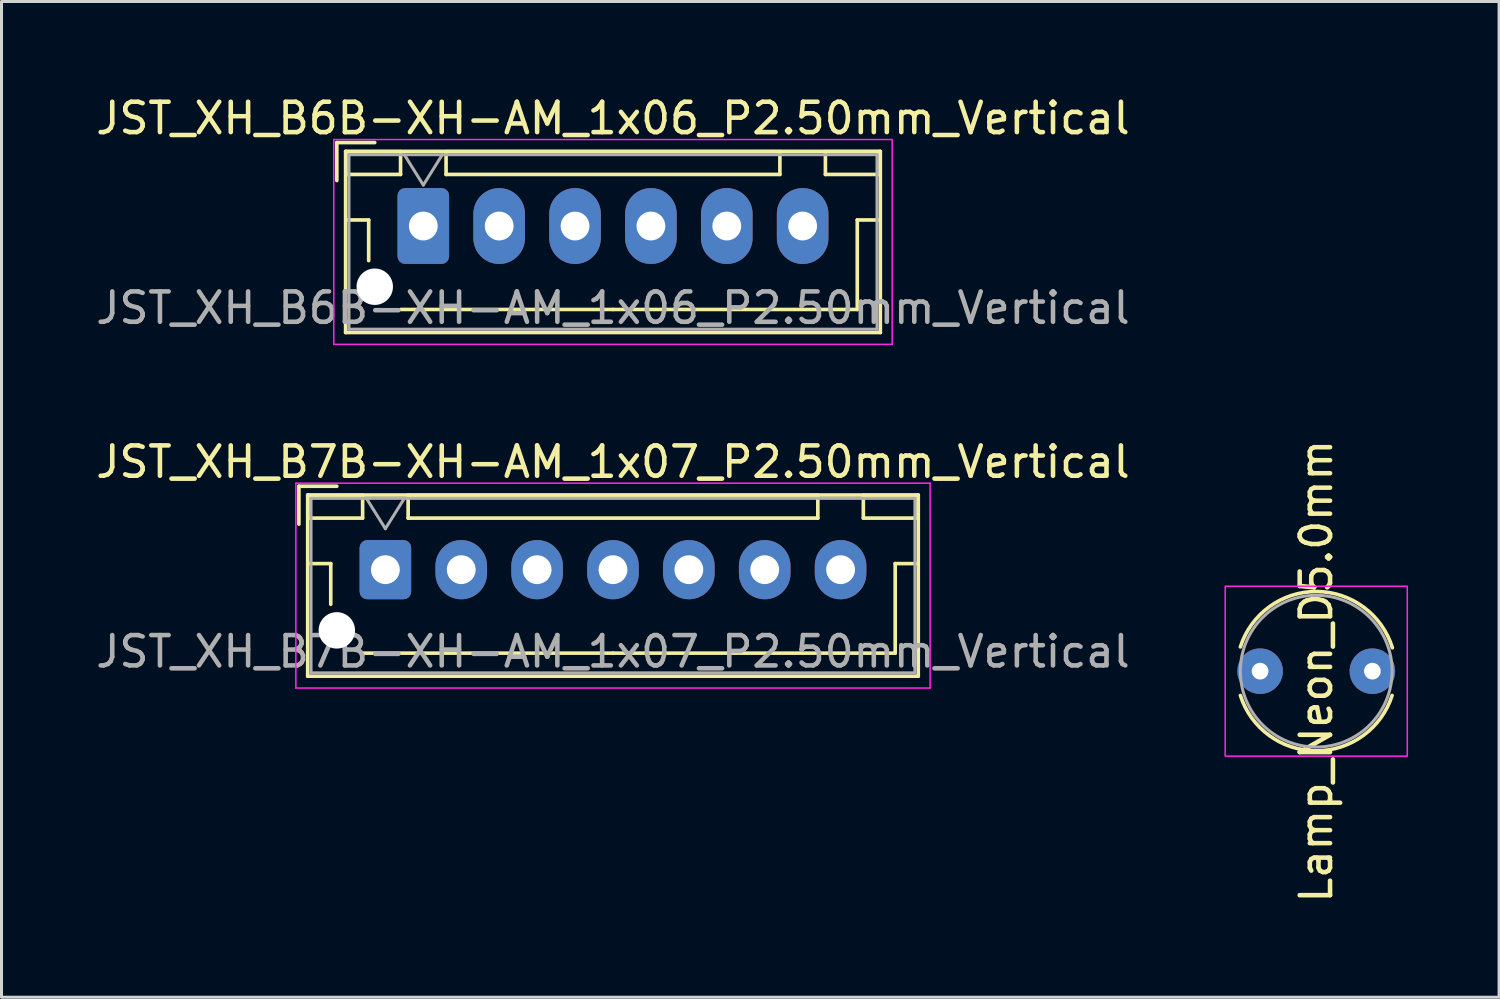
<source format=kicad_pcb>
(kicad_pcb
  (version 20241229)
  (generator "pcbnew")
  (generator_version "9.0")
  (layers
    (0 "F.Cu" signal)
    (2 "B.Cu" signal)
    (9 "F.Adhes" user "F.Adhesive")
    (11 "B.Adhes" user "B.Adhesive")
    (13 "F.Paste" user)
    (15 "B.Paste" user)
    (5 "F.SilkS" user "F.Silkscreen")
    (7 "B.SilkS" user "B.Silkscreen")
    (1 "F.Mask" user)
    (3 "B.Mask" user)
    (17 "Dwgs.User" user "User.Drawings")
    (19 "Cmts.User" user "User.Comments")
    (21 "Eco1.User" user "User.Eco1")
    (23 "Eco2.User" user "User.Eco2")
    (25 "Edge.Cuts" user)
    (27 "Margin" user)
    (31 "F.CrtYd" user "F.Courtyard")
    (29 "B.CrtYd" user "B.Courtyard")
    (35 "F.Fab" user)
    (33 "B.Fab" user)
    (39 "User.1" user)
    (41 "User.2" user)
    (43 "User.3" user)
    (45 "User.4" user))
  (footprint "Lamp_Neon_D5.0mm"
    (layer "F.Cu")
    (at 38.473 19.067)
    (property "Reference" "Lamp_Neon_D5.0mm" (at 1.85 0 90) (layer "F.SilkS") (effects (font (size 1 1) (thickness 0.15))))
    (attr through_hole)
    (fp_arc (start -0.649999 -0.8) (mid 1.864705 -2.624839) (end 4.358805 -0.77194) (stroke (width 0.12) (type solid)) (layer "F.SilkS"))
    (fp_arc (start 4.349999 0.8) (mid 1.85 2.62488) (end -0.649999 0.8) (stroke (width 0.12) (type solid)) (layer "F.SilkS"))
    (fp_rect (start -1.15 -2.8) (end 4.85 2.8) (stroke (width 0.05) (type solid)) (fill no) (layer "F.CrtYd"))
    (fp_circle (center 1.85 0) (end 4.35 0) (stroke (width 0.1) (type solid)) (fill no) (layer "F.Fab"))
    (pad "1" thru_hole circle (at 0 0) (size 1.5 1.5) (drill 0.55) (layers "*.Cu" "*.Mask"))
    (pad "2" thru_hole circle (at 3.7 0) (size 1.5 1.5) (drill 0.55) (layers "*.Cu" "*.Mask")))
  (footprint "JST_XH_B7B-XH-AM_1x07_P2.50mm_Vertical"
    (layer "F.Cu")
    (at 9.649 15.722)
    (property "Reference" "JST_XH_B7B-XH-AM_1x07_P2.50mm_Vertical" (at 7.5 -3.55 0) (layer "F.SilkS") (effects (font (size 1 1) (thickness 0.15))))
    (attr through_hole)
    (fp_line (start -2.85 -2.75) (end -2.85 -1.5) (stroke (width 0.12) (type solid)) (layer "F.SilkS"))
    (fp_line (start -2.56 -2.46) (end -2.56 3.51) (stroke (width 0.12) (type solid)) (layer "F.SilkS"))
    (fp_line (start -2.56 3.51) (end 17.56 3.51) (stroke (width 0.12) (type solid)) (layer "F.SilkS"))
    (fp_line (start -2.55 -2.45) (end -2.55 -1.7) (stroke (width 0.12) (type solid)) (layer "F.SilkS"))
    (fp_line (start -2.55 -1.7) (end -0.75 -1.7) (stroke (width 0.12) (type solid)) (layer "F.SilkS"))
    (fp_line (start -2.55 -0.2) (end -1.8 -0.2) (stroke (width 0.12) (type solid)) (layer "F.SilkS"))
    (fp_line (start -1.8 -0.2) (end -1.8 1.14) (stroke (width 0.12) (type solid)) (layer "F.SilkS"))
    (fp_line (start -1.6 -2.75) (end -2.85 -2.75) (stroke (width 0.12) (type solid)) (layer "F.SilkS"))
    (fp_line (start -0.75 -2.45) (end -2.55 -2.45) (stroke (width 0.12) (type solid)) (layer "F.SilkS"))
    (fp_line (start -0.75 -1.7) (end -0.75 -2.45) (stroke (width 0.12) (type solid)) (layer "F.SilkS"))
    (fp_line (start 0.75 -2.45) (end 0.75 -1.7) (stroke (width 0.12) (type solid)) (layer "F.SilkS"))
    (fp_line (start 0.75 -1.7) (end 14.25 -1.7) (stroke (width 0.12) (type solid)) (layer "F.SilkS"))
    (fp_line (start 7.5 2.75) (end -0.74 2.75) (stroke (width 0.12) (type solid)) (layer "F.SilkS"))
    (fp_line (start 14.25 -2.45) (end 0.75 -2.45) (stroke (width 0.12) (type solid)) (layer "F.SilkS"))
    (fp_line (start 14.25 -1.7) (end 14.25 -2.45) (stroke (width 0.12) (type solid)) (layer "F.SilkS"))
    (fp_line (start 15.75 -2.45) (end 15.75 -1.7) (stroke (width 0.12) (type solid)) (layer "F.SilkS"))
    (fp_line (start 15.75 -1.7) (end 17.55 -1.7) (stroke (width 0.12) (type solid)) (layer "F.SilkS"))
    (fp_line (start 16.8 -0.2) (end 16.8 2.75) (stroke (width 0.12) (type solid)) (layer "F.SilkS"))
    (fp_line (start 16.8 2.75) (end 7.5 2.75) (stroke (width 0.12) (type solid)) (layer "F.SilkS"))
    (fp_line (start 17.55 -2.45) (end 15.75 -2.45) (stroke (width 0.12) (type solid)) (layer "F.SilkS"))
    (fp_line (start 17.55 -1.7) (end 17.55 -2.45) (stroke (width 0.12) (type solid)) (layer "F.SilkS"))
    (fp_line (start 17.55 -0.2) (end 16.8 -0.2) (stroke (width 0.12) (type solid)) (layer "F.SilkS"))
    (fp_line (start 17.56 -2.46) (end -2.56 -2.46) (stroke (width 0.12) (type solid)) (layer "F.SilkS"))
    (fp_line (start 17.56 3.51) (end 17.56 -2.46) (stroke (width 0.12) (type solid)) (layer "F.SilkS"))
    (fp_line (start -2.95 -2.85) (end -2.95 3.9) (stroke (width 0.05) (type solid)) (layer "F.CrtYd"))
    (fp_line (start -2.95 3.9) (end 17.95 3.9) (stroke (width 0.05) (type solid)) (layer "F.CrtYd"))
    (fp_line (start 17.95 -2.85) (end -2.95 -2.85) (stroke (width 0.05) (type solid)) (layer "F.CrtYd"))
    (fp_line (start 17.95 3.9) (end 17.95 -2.85) (stroke (width 0.05) (type solid)) (layer "F.CrtYd"))
    (fp_line (start -2.45 -2.35) (end -2.45 3.4) (stroke (width 0.1) (type solid)) (layer "F.Fab"))
    (fp_line (start -2.45 3.4) (end 17.45 3.4) (stroke (width 0.1) (type solid)) (layer "F.Fab"))
    (fp_line (start -0.625 -2.35) (end 0 -1.35) (stroke (width 0.1) (type solid)) (layer "F.Fab"))
    (fp_line (start 0 -1.35) (end 0.625 -2.35) (stroke (width 0.1) (type solid)) (layer "F.Fab"))
    (fp_line (start 17.45 -2.35) (end -2.45 -2.35) (stroke (width 0.1) (type solid)) (layer "F.Fab"))
    (fp_line (start 17.45 3.4) (end 17.45 -2.35) (stroke (width 0.1) (type solid)) (layer "F.Fab"))
    (fp_text user "${REFERENCE}" (at 7.5 2.7 0) (layer "F.Fab") (effects (font (size 1 1) (thickness 0.15))))
    (pad "" np_thru_hole circle (at -1.6 2) (size 1.2 1.2) (drill 1.2) (layers "*.Cu" "*.Mask"))
    (pad "1" thru_hole roundrect (at 0 0) (size 1.7 1.95) (drill 0.95) (layers "*.Cu" "*.Mask") (roundrect_rratio 0.147))
    (pad "2" thru_hole oval (at 2.5 0) (size 1.7 1.95) (drill 0.95) (layers "*.Cu" "*.Mask"))
    (pad "3" thru_hole oval (at 5 0) (size 1.7 1.95) (drill 0.95) (layers "*.Cu" "*.Mask"))
    (pad "4" thru_hole oval (at 7.5 0) (size 1.7 1.95) (drill 0.95) (layers "*.Cu" "*.Mask"))
    (pad "5" thru_hole oval (at 10 0) (size 1.7 1.95) (drill 0.95) (layers "*.Cu" "*.Mask"))
    (pad "6" thru_hole oval (at 12.5 0) (size 1.7 1.95) (drill 0.95) (layers "*.Cu" "*.Mask"))
    (pad "7" thru_hole oval (at 15 0) (size 1.7 1.95) (drill 0.95) (layers "*.Cu" "*.Mask")))
  (footprint "JST_XH_B6B-XH-AM_1x06_P2.50mm_Vertical"
    (layer "F.Cu")
    (at 10.899 4.398)
    (property "Reference" "JST_XH_B6B-XH-AM_1x06_P2.50mm_Vertical" (at 6.25 -3.55 0) (layer "F.SilkS") (effects (font (size 1 1) (thickness 0.15))))
    (attr through_hole)
    (fp_line (start -2.85 -2.75) (end -2.85 -1.5) (stroke (width 0.12) (type solid)) (layer "F.SilkS"))
    (fp_line (start -2.56 -2.46) (end -2.56 3.51) (stroke (width 0.12) (type solid)) (layer "F.SilkS"))
    (fp_line (start -2.56 3.51) (end 15.06 3.51) (stroke (width 0.12) (type solid)) (layer "F.SilkS"))
    (fp_line (start -2.55 -2.45) (end -2.55 -1.7) (stroke (width 0.12) (type solid)) (layer "F.SilkS"))
    (fp_line (start -2.55 -1.7) (end -0.75 -1.7) (stroke (width 0.12) (type solid)) (layer "F.SilkS"))
    (fp_line (start -2.55 -0.2) (end -1.8 -0.2) (stroke (width 0.12) (type solid)) (layer "F.SilkS"))
    (fp_line (start -1.8 -0.2) (end -1.8 1.14) (stroke (width 0.12) (type solid)) (layer "F.SilkS"))
    (fp_line (start -1.6 -2.75) (end -2.85 -2.75) (stroke (width 0.12) (type solid)) (layer "F.SilkS"))
    (fp_line (start -0.75 -2.45) (end -2.55 -2.45) (stroke (width 0.12) (type solid)) (layer "F.SilkS"))
    (fp_line (start -0.75 -1.7) (end -0.75 -2.45) (stroke (width 0.12) (type solid)) (layer "F.SilkS"))
    (fp_line (start 0.75 -2.45) (end 0.75 -1.7) (stroke (width 0.12) (type solid)) (layer "F.SilkS"))
    (fp_line (start 0.75 -1.7) (end 11.75 -1.7) (stroke (width 0.12) (type solid)) (layer "F.SilkS"))
    (fp_line (start 6.25 2.75) (end -0.74 2.75) (stroke (width 0.12) (type solid)) (layer "F.SilkS"))
    (fp_line (start 11.75 -2.45) (end 0.75 -2.45) (stroke (width 0.12) (type solid)) (layer "F.SilkS"))
    (fp_line (start 11.75 -1.7) (end 11.75 -2.45) (stroke (width 0.12) (type solid)) (layer "F.SilkS"))
    (fp_line (start 13.25 -2.45) (end 13.25 -1.7) (stroke (width 0.12) (type solid)) (layer "F.SilkS"))
    (fp_line (start 13.25 -1.7) (end 15.05 -1.7) (stroke (width 0.12) (type solid)) (layer "F.SilkS"))
    (fp_line (start 14.3 -0.2) (end 14.3 2.75) (stroke (width 0.12) (type solid)) (layer "F.SilkS"))
    (fp_line (start 14.3 2.75) (end 6.25 2.75) (stroke (width 0.12) (type solid)) (layer "F.SilkS"))
    (fp_line (start 15.05 -2.45) (end 13.25 -2.45) (stroke (width 0.12) (type solid)) (layer "F.SilkS"))
    (fp_line (start 15.05 -1.7) (end 15.05 -2.45) (stroke (width 0.12) (type solid)) (layer "F.SilkS"))
    (fp_line (start 15.05 -0.2) (end 14.3 -0.2) (stroke (width 0.12) (type solid)) (layer "F.SilkS"))
    (fp_line (start 15.06 -2.46) (end -2.56 -2.46) (stroke (width 0.12) (type solid)) (layer "F.SilkS"))
    (fp_line (start 15.06 3.51) (end 15.06 -2.46) (stroke (width 0.12) (type solid)) (layer "F.SilkS"))
    (fp_line (start -2.95 -2.85) (end -2.95 3.9) (stroke (width 0.05) (type solid)) (layer "F.CrtYd"))
    (fp_line (start -2.95 3.9) (end 15.45 3.9) (stroke (width 0.05) (type solid)) (layer "F.CrtYd"))
    (fp_line (start 15.45 -2.85) (end -2.95 -2.85) (stroke (width 0.05) (type solid)) (layer "F.CrtYd"))
    (fp_line (start 15.45 3.9) (end 15.45 -2.85) (stroke (width 0.05) (type solid)) (layer "F.CrtYd"))
    (fp_line (start -2.45 -2.35) (end -2.45 3.4) (stroke (width 0.1) (type solid)) (layer "F.Fab"))
    (fp_line (start -2.45 3.4) (end 14.95 3.4) (stroke (width 0.1) (type solid)) (layer "F.Fab"))
    (fp_line (start -0.625 -2.35) (end 0 -1.35) (stroke (width 0.1) (type solid)) (layer "F.Fab"))
    (fp_line (start 0 -1.35) (end 0.625 -2.35) (stroke (width 0.1) (type solid)) (layer "F.Fab"))
    (fp_line (start 14.95 -2.35) (end -2.45 -2.35) (stroke (width 0.1) (type solid)) (layer "F.Fab"))
    (fp_line (start 14.95 3.4) (end 14.95 -2.35) (stroke (width 0.1) (type solid)) (layer "F.Fab"))
    (fp_text user "${REFERENCE}" (at 6.25 2.7 0) (layer "F.Fab") (effects (font (size 1 1) (thickness 0.15))))
    (pad "" np_thru_hole circle (at -1.6 2) (size 1.2 1.2) (drill 1.2) (layers "*.Cu" "*.Mask"))
    (pad "1" thru_hole roundrect (at 0 0) (size 1.7 2.5) (drill 0.95) (layers "*.Cu" "*.Mask") (roundrect_rratio 0.147))
    (pad "2" thru_hole oval (at 2.5 0) (size 1.7 2.5) (drill 0.95) (layers "*.Cu" "*.Mask"))
    (pad "3" thru_hole oval (at 5 0) (size 1.7 2.5) (drill 0.95) (layers "*.Cu" "*.Mask"))
    (pad "4" thru_hole oval (at 7.5 0) (size 1.7 2.5) (drill 0.95) (layers "*.Cu" "*.Mask"))
    (pad "5" thru_hole oval (at 10 0) (size 1.7 2.5) (drill 0.95) (layers "*.Cu" "*.Mask"))
    (pad "6" thru_hole oval (at 12.5 0) (size 1.7 2.5) (drill 0.95) (layers "*.Cu" "*.Mask")))
  (gr_rect
    (start -3 -3)
    (end 46.348 29.811)
    (stroke (width 0.1) (type default))
    (fill no)
    (layer "Edge.Cuts")))
</source>
